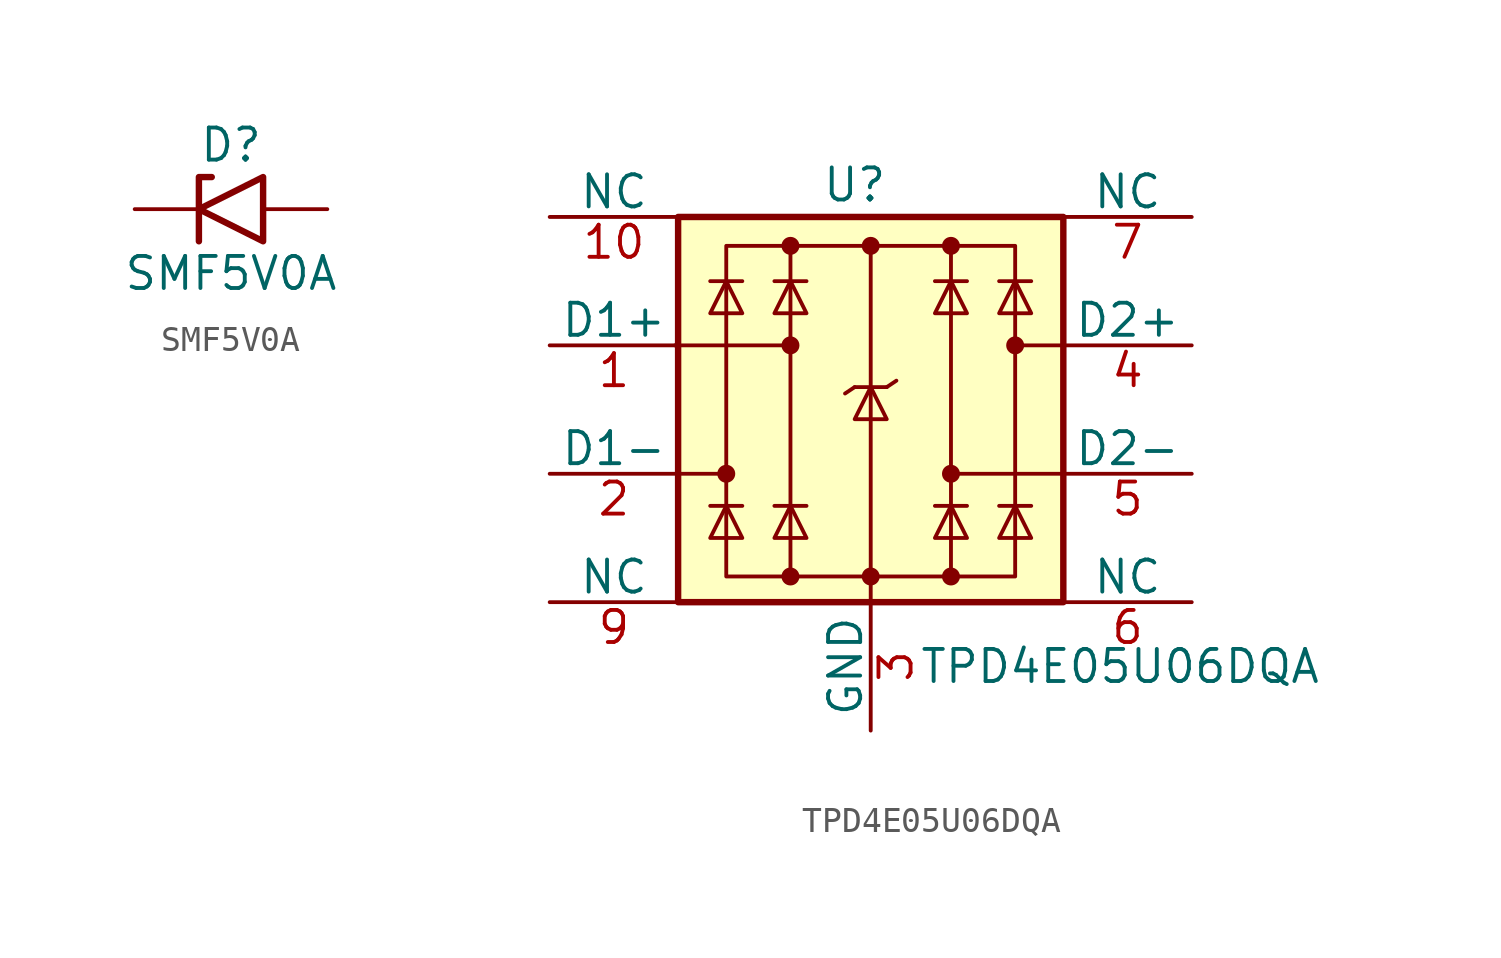
<source format=kicad_sym>
(kicad_symbol_lib
  (version 20241209)
  (generator "kicad_symbol_editor")
  (generator_version "9.0")
  (symbol "SMF5V0A"
    (pin_numbers
      (hide yes))
    (pin_names
      (offset 1.016)
      (hide yes))
    (property "Reference" "D"
      (at 0 2.54 0)
      (effects (font (size 1.27 1.27))))
    (property "Value" "SMF5V0A"
      (at 0 -2.54 0)
      (effects (font (size 1.27 1.27))))
    (symbol "SMF5V0A_0_1"
      (polyline (pts (xy -0.762 1.27) (xy -1.27 1.27) (xy -1.27 -1.27)) (stroke (width 0.254) (type default)) (fill (type none)))
      (polyline (pts (xy 1.27 1.27) (xy 1.27 -1.27) (xy -1.27 0) (xy 1.27 1.27)) (stroke (width 0.254) (type default)) (fill (type none))))
    (symbol "SMF5V0A_1_1"
      (pin passive line (at -3.81 0 0) (length 2.54) (name "A1" (effects (font (size 1.27 1.27)))) (number "1" (effects (font (size 1.27 1.27)))))
      (pin passive line (at 3.81 0 180) (length 2.54) (name "A2" (effects (font (size 1.27 1.27)))) (number "2" (effects (font (size 1.27 1.27)))))))
  (symbol "TPD4E05U06DQA"
    (pin_names
      (offset 0))
    (property "Reference" "U"
      (at -0.635 8.89 0)
      (effects (font (size 1.27 1.27))))
    (property "Value" "TPD4E05U06DQA"
      (at 1.905 -10.16 0)
      (effects (font (size 1.27 1.27)) (justify left)))
    (symbol "TPD4E05U06DQA_0_0"
      (rectangle (start -5.715 6.477) (end 5.715 -6.604) (stroke (width 0) (type default)) (fill (type none)))
      (polyline (pts (xy -3.175 -6.604) (xy -3.175 6.477)) (stroke (width 0) (type default)) (fill (type none)))
      (polyline (pts (xy 0 6.477) (xy 0 -6.604)) (stroke (width 0) (type default)) (fill (type none)))
      (polyline (pts (xy 3.175 6.477) (xy 3.175 -6.604)) (stroke (width 0) (type default)) (fill (type none))))
    (symbol "TPD4E05U06DQA_0_1"
      (polyline (pts (xy -7.747 2.54) (xy -3.175 2.54)) (stroke (width 0) (type default)) (fill (type none)))
      (rectangle (start -7.62 7.62) (end 7.62 -7.62) (stroke (width 0.254) (type default)) (fill (type background)))
      (polyline (pts (xy -7.62 -2.54) (xy -5.715 -2.54)) (stroke (width 0) (type default)) (fill (type none)))
      (circle (center -5.715 -2.54) (radius 0.279) (stroke (width 0) (type default)) (fill (type outline)))
      (polyline (pts (xy -5.08 5.08) (xy -6.35 5.08)) (stroke (width 0) (type default)) (fill (type none)))
      (polyline (pts (xy -5.08 3.81) (xy -6.35 3.81) (xy -5.715 5.08) (xy -5.08 3.81)) (stroke (width 0) (type default)) (fill (type none)))
      (polyline (pts (xy -5.08 -3.81) (xy -6.35 -3.81)) (stroke (width 0) (type default)) (fill (type none)))
      (polyline (pts (xy -5.08 -5.08) (xy -6.35 -5.08) (xy -5.715 -3.81) (xy -5.08 -5.08)) (stroke (width 0) (type default)) (fill (type none)))
      (circle (center -3.175 6.477) (radius 0.279) (stroke (width 0) (type default)) (fill (type outline)))
      (circle (center -3.175 2.54) (radius 0.279) (stroke (width 0) (type default)) (fill (type outline)))
      (circle (center -3.175 -6.604) (radius 0.279) (stroke (width 0) (type default)) (fill (type outline)))
      (polyline (pts (xy -2.54 5.08) (xy -3.81 5.08)) (stroke (width 0) (type default)) (fill (type none)))
      (polyline (pts (xy -2.54 3.81) (xy -3.81 3.81) (xy -3.175 5.08) (xy -2.54 3.81)) (stroke (width 0) (type default)) (fill (type none)))
      (polyline (pts (xy -2.54 -3.81) (xy -3.81 -3.81)) (stroke (width 0) (type default)) (fill (type none)))
      (polyline (pts (xy -2.54 -5.08) (xy -3.81 -5.08) (xy -3.175 -3.81) (xy -2.54 -5.08)) (stroke (width 0) (type default)) (fill (type none)))
      (polyline (pts (xy -0.635 0.889) (xy -1.016 0.635)) (stroke (width 0) (type default)) (fill (type none)))
      (circle (center 0 6.477) (radius 0.279) (stroke (width 0) (type default)) (fill (type outline)))
      (polyline (pts (xy 0 -6.604) (xy 0 -7.62)) (stroke (width 0) (type default)) (fill (type none)))
      (circle (center 0 -6.604) (radius 0.279) (stroke (width 0) (type default)) (fill (type outline)))
      (polyline (pts (xy 0.635 0.889) (xy -0.635 0.889)) (stroke (width 0) (type default)) (fill (type none)))
      (polyline (pts (xy 0.635 0.889) (xy 1.016 1.143)) (stroke (width 0) (type default)) (fill (type none)))
      (polyline (pts (xy 0.635 -0.381) (xy -0.635 -0.381) (xy 0 0.889) (xy 0.635 -0.381)) (stroke (width 0) (type default)) (fill (type none)))
      (circle (center 3.175 6.477) (radius 0.279) (stroke (width 0) (type default)) (fill (type outline)))
      (circle (center 3.175 -2.54) (radius 0.279) (stroke (width 0) (type default)) (fill (type outline)))
      (circle (center 3.175 -6.604) (radius 0.279) (stroke (width 0) (type default)) (fill (type outline)))
      (polyline (pts (xy 3.81 5.08) (xy 2.54 5.08)) (stroke (width 0) (type default)) (fill (type none)))
      (polyline (pts (xy 3.81 3.81) (xy 2.54 3.81) (xy 3.175 5.08) (xy 3.81 3.81)) (stroke (width 0) (type default)) (fill (type none)))
      (polyline (pts (xy 3.81 -3.81) (xy 2.54 -3.81)) (stroke (width 0) (type default)) (fill (type none)))
      (polyline (pts (xy 3.81 -5.08) (xy 2.54 -5.08) (xy 3.175 -3.81) (xy 3.81 -5.08)) (stroke (width 0) (type default)) (fill (type none)))
      (circle (center 5.715 2.54) (radius 0.279) (stroke (width 0) (type default)) (fill (type outline)))
      (polyline (pts (xy 6.35 5.08) (xy 5.08 5.08)) (stroke (width 0) (type default)) (fill (type none)))
      (polyline (pts (xy 6.35 3.81) (xy 5.08 3.81) (xy 5.715 5.08) (xy 6.35 3.81)) (stroke (width 0) (type default)) (fill (type none)))
      (polyline (pts (xy 6.35 -3.81) (xy 5.08 -3.81)) (stroke (width 0) (type default)) (fill (type none)))
      (polyline (pts (xy 6.35 -5.08) (xy 5.08 -5.08) (xy 5.715 -3.81) (xy 6.35 -5.08)) (stroke (width 0) (type default)) (fill (type none)))
      (polyline (pts (xy 7.62 2.54) (xy 5.715 2.54)) (stroke (width 0) (type default)) (fill (type none)))
      (polyline (pts (xy 7.62 -2.54) (xy 3.175 -2.54)) (stroke (width 0) (type default)) (fill (type none))))
    (symbol "TPD4E05U06DQA_1_1"
      (pin free line (at -12.7 7.62 0) (length 5.08) (name "NC" (effects (font (size 1.27 1.27)))) (number "10" (effects (font (size 1.27 1.27)))))
      (pin passive line (at -12.7 2.54 0) (length 5.08) (name "D1+" (effects (font (size 1.27 1.27)))) (number "1" (effects (font (size 1.27 1.27)))))
      (pin passive line (at -12.7 -2.54 0) (length 5.08) (name "D1-" (effects (font (size 1.27 1.27)))) (number "2" (effects (font (size 1.27 1.27)))))
      (pin free line (at -12.7 -7.62 0) (length 5.08) (name "NC" (effects (font (size 1.27 1.27)))) (number "9" (effects (font (size 1.27 1.27)))))
      (pin power_in line (at 0 -12.7 90) (length 5.08) (name "GND" (effects (font (size 1.27 1.27)))) (number "3" (effects (font (size 1.27 1.27)))))
      (pin passive line (at 0 -12.7 90) (length 5.08) (hide yes) (name "GND" (effects (font (size 1.27 1.27)))) (number "8" (effects (font (size 1.27 1.27)))))
      (pin free line (at 12.7 7.62 180) (length 5.08) (name "NC" (effects (font (size 1.27 1.27)))) (number "7" (effects (font (size 1.27 1.27)))))
      (pin passive line (at 12.7 2.54 180) (length 5.08) (name "D2+" (effects (font (size 1.27 1.27)))) (number "4" (effects (font (size 1.27 1.27)))))
      (pin passive line (at 12.7 -2.54 180) (length 5.08) (name "D2-" (effects (font (size 1.27 1.27)))) (number "5" (effects (font (size 1.27 1.27)))))
      (pin free line (at 12.7 -7.62 180) (length 5.08) (name "NC" (effects (font (size 1.27 1.27)))) (number "6" (effects (font (size 1.27 1.27))))))))
</source>
